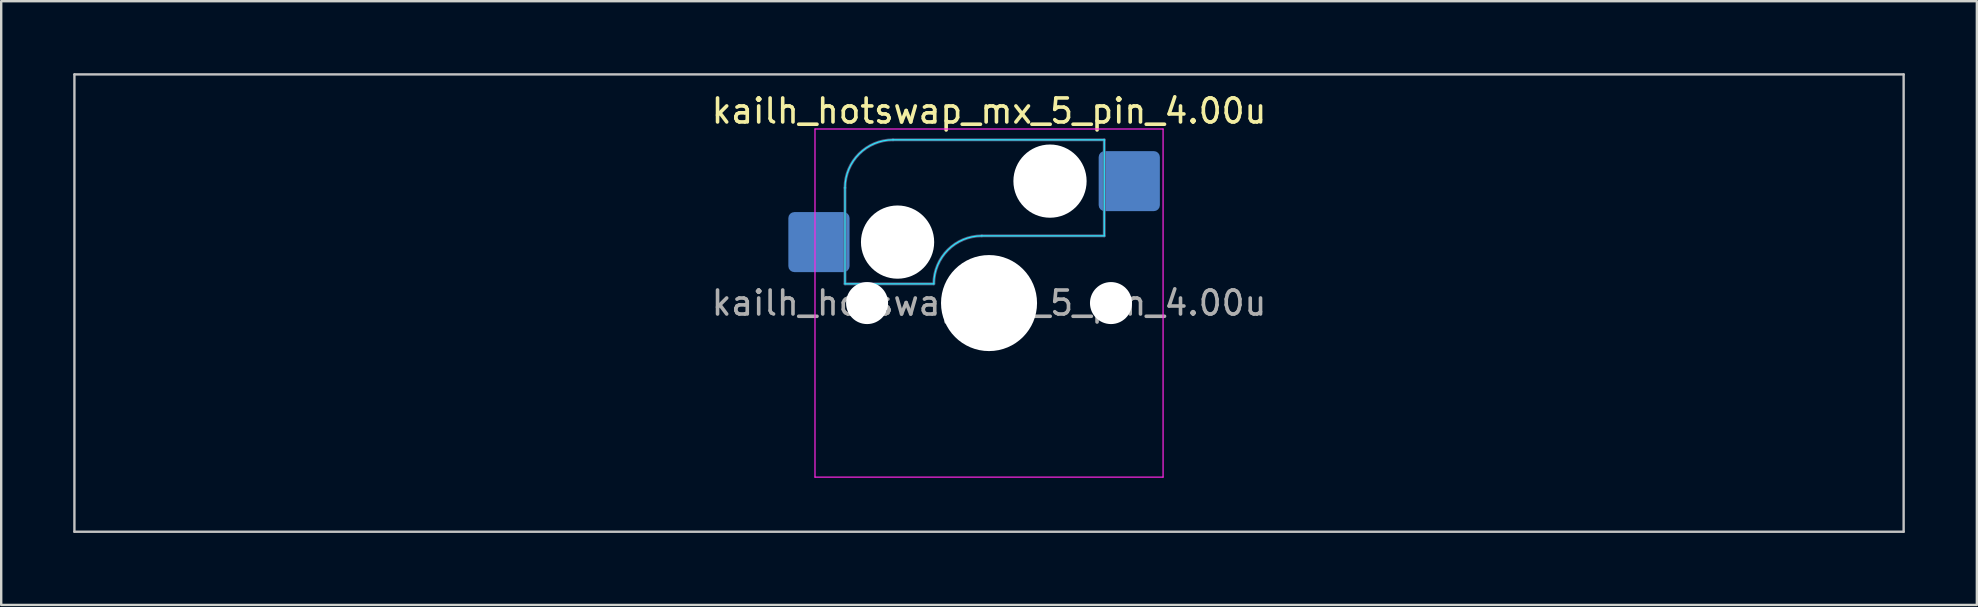
<source format=kicad_pcb>
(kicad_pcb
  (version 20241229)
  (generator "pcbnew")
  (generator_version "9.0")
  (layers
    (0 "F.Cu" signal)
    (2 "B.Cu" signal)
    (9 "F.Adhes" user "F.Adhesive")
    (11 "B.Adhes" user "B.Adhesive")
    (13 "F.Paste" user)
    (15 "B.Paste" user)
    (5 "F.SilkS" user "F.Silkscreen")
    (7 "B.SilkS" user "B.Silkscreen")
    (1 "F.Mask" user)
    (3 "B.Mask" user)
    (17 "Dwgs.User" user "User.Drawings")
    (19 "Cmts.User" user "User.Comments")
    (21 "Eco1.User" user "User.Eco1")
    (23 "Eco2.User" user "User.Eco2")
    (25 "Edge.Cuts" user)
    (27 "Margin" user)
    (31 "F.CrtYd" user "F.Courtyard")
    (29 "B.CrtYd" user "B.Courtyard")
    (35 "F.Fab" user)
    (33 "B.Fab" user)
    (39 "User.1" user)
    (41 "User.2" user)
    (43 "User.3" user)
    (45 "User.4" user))
  (footprint "kailh_hotswap_mx_5_pin_4.00u"
    (layer "F.Cu")
    (at 38.15 9.575)
    (property "Reference" "kailh_hotswap_mx_5_pin_4.00u" (at 0 -8 0) (layer "F.SilkS") (effects (font (size 1 1) (thickness 0.15))))
    (attr smd)
    (fp_line (start -38.1 -9.525) (end -38.1 9.525) (stroke (width 0.1) (type solid)) (layer "Dwgs.User"))
    (fp_line (start -38.1 9.525) (end 38.1 9.525) (stroke (width 0.1) (type solid)) (layer "Dwgs.User"))
    (fp_line (start 38.1 -9.525) (end -38.1 -9.525) (stroke (width 0.1) (type solid)) (layer "Dwgs.User"))
    (fp_line (start 38.1 9.525) (end 38.1 -9.525) (stroke (width 0.1) (type solid)) (layer "Dwgs.User"))
    (fp_line (start -16.1 -2.1) (end -16.1 0.3) (stroke (width 0.1) (type solid)) (layer "Eco2.User"))
    (fp_line (start -15.9 -2.3) (end -15.4 -2.3) (stroke (width 0.1) (type solid)) (layer "Eco2.User"))
    (fp_line (start -15.9 0.5) (end -15.4 0.5) (stroke (width 0.1) (type solid)) (layer "Eco2.User"))
    (fp_line (start -15.4 -5) (end -15.4 -2.3) (stroke (width 0.1) (type solid)) (layer "Eco2.User"))
    (fp_line (start -15.4 0.5) (end -15.4 6.5) (stroke (width 0.1) (type solid)) (layer "Eco2.User"))
    (fp_line (start -14.9 -5.5) (end -9.15 -5.5) (stroke (width 0.1) (type solid)) (layer "Eco2.User"))
    (fp_line (start -14.9 7) (end -14.175 7) (stroke (width 0.1) (type solid)) (layer "Eco2.User"))
    (fp_line (start -13.175 8) (end -10.875 8) (stroke (width 0.1) (type solid)) (layer "Eco2.User"))
    (fp_line (start -9.875 7) (end -9.15 7) (stroke (width 0.1) (type solid)) (layer "Eco2.User"))
    (fp_line (start -8.15 -4.5) (end -7.5 -4.5) (stroke (width 0.1) (type solid)) (layer "Eco2.User"))
    (fp_line (start -8.15 6) (end -7.5 6) (stroke (width 0.1) (type solid)) (layer "Eco2.User"))
    (fp_line (start -7 -6.5) (end -7 -5) (stroke (width 0.1) (type solid)) (layer "Eco2.User"))
    (fp_line (start -6.5 -7) (end 6.5 -7) (stroke (width 0.1) (type solid)) (layer "Eco2.User"))
    (fp_line (start -6.5 7) (end 6.5 7) (stroke (width 0.1) (type solid)) (layer "Eco2.User"))
    (fp_line (start 7 -6.5) (end 7 -5) (stroke (width 0.1) (type solid)) (layer "Eco2.User"))
    (fp_line (start 8.15 -4.5) (end 7.5 -4.5) (stroke (width 0.1) (type solid)) (layer "Eco2.User"))
    (fp_line (start 8.15 6) (end 7.5 6) (stroke (width 0.1) (type solid)) (layer "Eco2.User"))
    (fp_line (start 9.875 7) (end 9.15 7) (stroke (width 0.1) (type solid)) (layer "Eco2.User"))
    (fp_line (start 13.175 8) (end 10.875 8) (stroke (width 0.1) (type solid)) (layer "Eco2.User"))
    (fp_line (start 14.9 -5.5) (end 9.15 -5.5) (stroke (width 0.1) (type solid)) (layer "Eco2.User"))
    (fp_line (start 14.9 7) (end 14.175 7) (stroke (width 0.1) (type solid)) (layer "Eco2.User"))
    (fp_line (start 15.4 -5) (end 15.4 -2.3) (stroke (width 0.1) (type solid)) (layer "Eco2.User"))
    (fp_line (start 15.4 0.5) (end 15.4 6.5) (stroke (width 0.1) (type solid)) (layer "Eco2.User"))
    (fp_line (start 15.9 -2.3) (end 15.4 -2.3) (stroke (width 0.1) (type solid)) (layer "Eco2.User"))
    (fp_line (start 15.9 0.5) (end 15.4 0.5) (stroke (width 0.1) (type solid)) (layer "Eco2.User"))
    (fp_line (start 16.1 -2.1) (end 16.1 0.3) (stroke (width 0.1) (type solid)) (layer "Eco2.User"))
    (fp_arc (start -16.1 -2.1) (mid -16.041421 -2.241421) (end -15.9 -2.3) (stroke (width 0.1) (type solid)) (layer "Eco2.User"))
    (fp_arc (start -15.9 0.5) (mid -16.041421 0.441421) (end -16.1 0.3) (stroke (width 0.1) (type solid)) (layer "Eco2.User"))
    (fp_arc (start -15.4 -5) (mid -15.253553 -5.353553) (end -14.9 -5.5) (stroke (width 0.1) (type solid)) (layer "Eco2.User"))
    (fp_arc (start -14.9 7) (mid -15.253553 6.853553) (end -15.4 6.5) (stroke (width 0.1) (type solid)) (layer "Eco2.User"))
    (fp_arc (start -14.175 7) (mid -13.821447 7.146447) (end -13.675 7.5) (stroke (width 0.1) (type solid)) (layer "Eco2.User"))
    (fp_arc (start -13.175 8) (mid -13.528553 7.853553) (end -13.675 7.5) (stroke (width 0.1) (type solid)) (layer "Eco2.User"))
    (fp_arc (start -10.375 7.5) (mid -10.521447 7.853553) (end -10.875 8) (stroke (width 0.1) (type solid)) (layer "Eco2.User"))
    (fp_arc (start -10.375 7.5) (mid -10.228553 7.146447) (end -9.875 7) (stroke (width 0.1) (type solid)) (layer "Eco2.User"))
    (fp_arc (start -9.15 -5.5) (mid -8.796447 -5.353553) (end -8.65 -5) (stroke (width 0.1) (type solid)) (layer "Eco2.User"))
    (fp_arc (start -8.65 6.5) (mid -8.796447 6.853553) (end -9.15 7) (stroke (width 0.1) (type solid)) (layer "Eco2.User"))
    (fp_arc (start -8.65 6.5) (mid -8.503553 6.146447) (end -8.15 6) (stroke (width 0.1) (type solid)) (layer "Eco2.User"))
    (fp_arc (start -8.15 -4.5) (mid -8.503553 -4.646447) (end -8.65 -5) (stroke (width 0.1) (type solid)) (layer "Eco2.User"))
    (fp_arc (start -7.5 6) (mid -7.146447 6.146447) (end -7 6.5) (stroke (width 0.1) (type solid)) (layer "Eco2.User"))
    (fp_arc (start -7 -6.5) (mid -6.853553 -6.853553) (end -6.5 -7) (stroke (width 0.1) (type solid)) (layer "Eco2.User"))
    (fp_arc (start -7 -5) (mid -7.146447 -4.646447) (end -7.5 -4.5) (stroke (width 0.1) (type solid)) (layer "Eco2.User"))
    (fp_arc (start -6.5 7) (mid -6.853553 6.853553) (end -7 6.5) (stroke (width 0.1) (type solid)) (layer "Eco2.User"))
    (fp_arc (start 6.5 -7) (mid 6.853553 -6.853553) (end 7 -6.5) (stroke (width 0.1) (type solid)) (layer "Eco2.User"))
    (fp_arc (start 7 6.5) (mid 6.853553 6.853553) (end 6.5 7) (stroke (width 0.1) (type solid)) (layer "Eco2.User"))
    (fp_arc (start 7 6.5) (mid 7.146447 6.146447) (end 7.5 6) (stroke (width 0.1) (type solid)) (layer "Eco2.User"))
    (fp_arc (start 7.5 -4.5) (mid 7.146447 -4.646447) (end 7 -5) (stroke (width 0.1) (type solid)) (layer "Eco2.User"))
    (fp_arc (start 8.15 6) (mid 8.503553 6.146447) (end 8.65 6.5) (stroke (width 0.1) (type solid)) (layer "Eco2.User"))
    (fp_arc (start 8.65 -5) (mid 8.503553 -4.646447) (end 8.15 -4.5) (stroke (width 0.1) (type solid)) (layer "Eco2.User"))
    (fp_arc (start 8.65 -5) (mid 8.796447 -5.353553) (end 9.15 -5.5) (stroke (width 0.1) (type solid)) (layer "Eco2.User"))
    (fp_arc (start 9.15 7) (mid 8.796447 6.853553) (end 8.65 6.5) (stroke (width 0.1) (type solid)) (layer "Eco2.User"))
    (fp_arc (start 9.875 7) (mid 10.228553 7.146447) (end 10.375 7.5) (stroke (width 0.1) (type solid)) (layer "Eco2.User"))
    (fp_arc (start 10.875 8) (mid 10.521447 7.853553) (end 10.375 7.5) (stroke (width 0.1) (type solid)) (layer "Eco2.User"))
    (fp_arc (start 13.675 7.5) (mid 13.528553 7.853553) (end 13.175 8) (stroke (width 0.1) (type solid)) (layer "Eco2.User"))
    (fp_arc (start 13.675 7.5) (mid 13.821447 7.146447) (end 14.175 7) (stroke (width 0.1) (type solid)) (layer "Eco2.User"))
    (fp_arc (start 14.9 -5.5) (mid 15.253553 -5.353553) (end 15.4 -5) (stroke (width 0.1) (type solid)) (layer "Eco2.User"))
    (fp_arc (start 15.4 6.5) (mid 15.253553 6.853553) (end 14.9 7) (stroke (width 0.1) (type solid)) (layer "Eco2.User"))
    (fp_arc (start 15.9 -2.3) (mid 16.041421 -2.241421) (end 16.1 -2.1) (stroke (width 0.1) (type solid)) (layer "Eco2.User"))
    (fp_arc (start 16.1 0.3) (mid 16.041421 0.441421) (end 15.9 0.5) (stroke (width 0.1) (type solid)) (layer "Eco2.User"))
    (fp_line (start -6 -0.8) (end -6 -4.8) (stroke (width 0.05) (type solid)) (layer "B.CrtYd"))
    (fp_line (start -6 -0.8) (end -2.3 -0.8) (stroke (width 0.05) (type solid)) (layer "B.CrtYd"))
    (fp_line (start -4 -6.8) (end 4.8 -6.8) (stroke (width 0.05) (type solid)) (layer "B.CrtYd"))
    (fp_line (start -0.3 -2.8) (end 4.8 -2.8) (stroke (width 0.05) (type solid)) (layer "B.CrtYd"))
    (fp_line (start 4.8 -6.8) (end 4.8 -2.8) (stroke (width 0.05) (type solid)) (layer "B.CrtYd"))
    (fp_arc (start -6 -4.8) (mid -5.414214 -6.214214) (end -4 -6.8) (stroke (width 0.05) (type solid)) (layer "B.CrtYd"))
    (fp_arc (start -2.3 -0.8) (mid -1.714214 -2.214214) (end -0.3 -2.8) (stroke (width 0.05) (type solid)) (layer "B.CrtYd"))
    (fp_line (start -7.25 -7.25) (end -7.25 7.25) (stroke (width 0.05) (type solid)) (layer "F.CrtYd"))
    (fp_line (start -7.25 7.25) (end 7.25 7.25) (stroke (width 0.05) (type solid)) (layer "F.CrtYd"))
    (fp_line (start 7.25 -7.25) (end -7.25 -7.25) (stroke (width 0.05) (type solid)) (layer "F.CrtYd"))
    (fp_line (start 7.25 7.25) (end 7.25 -7.25) (stroke (width 0.05) (type solid)) (layer "F.CrtYd"))
    (fp_line (start -6 -0.8) (end -6 -4.8) (stroke (width 0.12) (type solid)) (layer "B.Fab"))
    (fp_line (start -6 -0.8) (end -2.3 -0.8) (stroke (width 0.12) (type solid)) (layer "B.Fab"))
    (fp_line (start -4 -6.8) (end 4.8 -6.8) (stroke (width 0.12) (type solid)) (layer "B.Fab"))
    (fp_line (start -0.3 -2.8) (end 4.8 -2.8) (stroke (width 0.12) (type solid)) (layer "B.Fab"))
    (fp_line (start 4.8 -6.8) (end 4.8 -2.8) (stroke (width 0.12) (type solid)) (layer "B.Fab"))
    (fp_arc (start -6 -4.8) (mid -5.414214 -6.214214) (end -4 -6.8) (stroke (width 0.12) (type solid)) (layer "B.Fab"))
    (fp_arc (start -2.3 -0.8) (mid -1.714214 -2.214214) (end -0.3 -2.8) (stroke (width 0.12) (type solid)) (layer "B.Fab"))
    (fp_text user "${REFERENCE}" (at 0 0 0) (layer "F.Fab") (effects (font (size 1 1) (thickness 0.15))))
    (pad "" np_thru_hole circle (at -5.08 0) (size 1.75 1.75) (drill 1.75) (layers "*.Cu" "*.Mask"))
    (pad "" np_thru_hole circle (at -3.81 -2.54) (size 3.05 3.05) (drill 3.05) (layers "*.Cu" "*.Mask"))
    (pad "" np_thru_hole circle (at 0 0) (size 4 4) (drill 4) (layers "*.Cu" "*.Mask"))
    (pad "" np_thru_hole circle (at 2.54 -5.08) (size 3.05 3.05) (drill 3.05) (layers "*.Cu" "*.Mask"))
    (pad "" np_thru_hole circle (at 5.08 0) (size 1.75 1.75) (drill 1.75) (layers "*.Cu" "*.Mask"))
    (pad "1" smd roundrect (at -7.085 -2.54) (size 2.55 2.5) (layers "B.Cu" "B.Mask" "B.Paste") (roundrect_rratio 0.1))
    (pad "2" smd roundrect (at 5.842 -5.08) (size 2.55 2.5) (layers "B.Cu" "B.Mask" "B.Paste") (roundrect_rratio 0.1)))
  (gr_rect
    (start -3 -3)
    (end 79.3 22.15)
    (stroke (width 0.1) (type default))
    (fill no)
    (layer "Edge.Cuts")))
</source>
